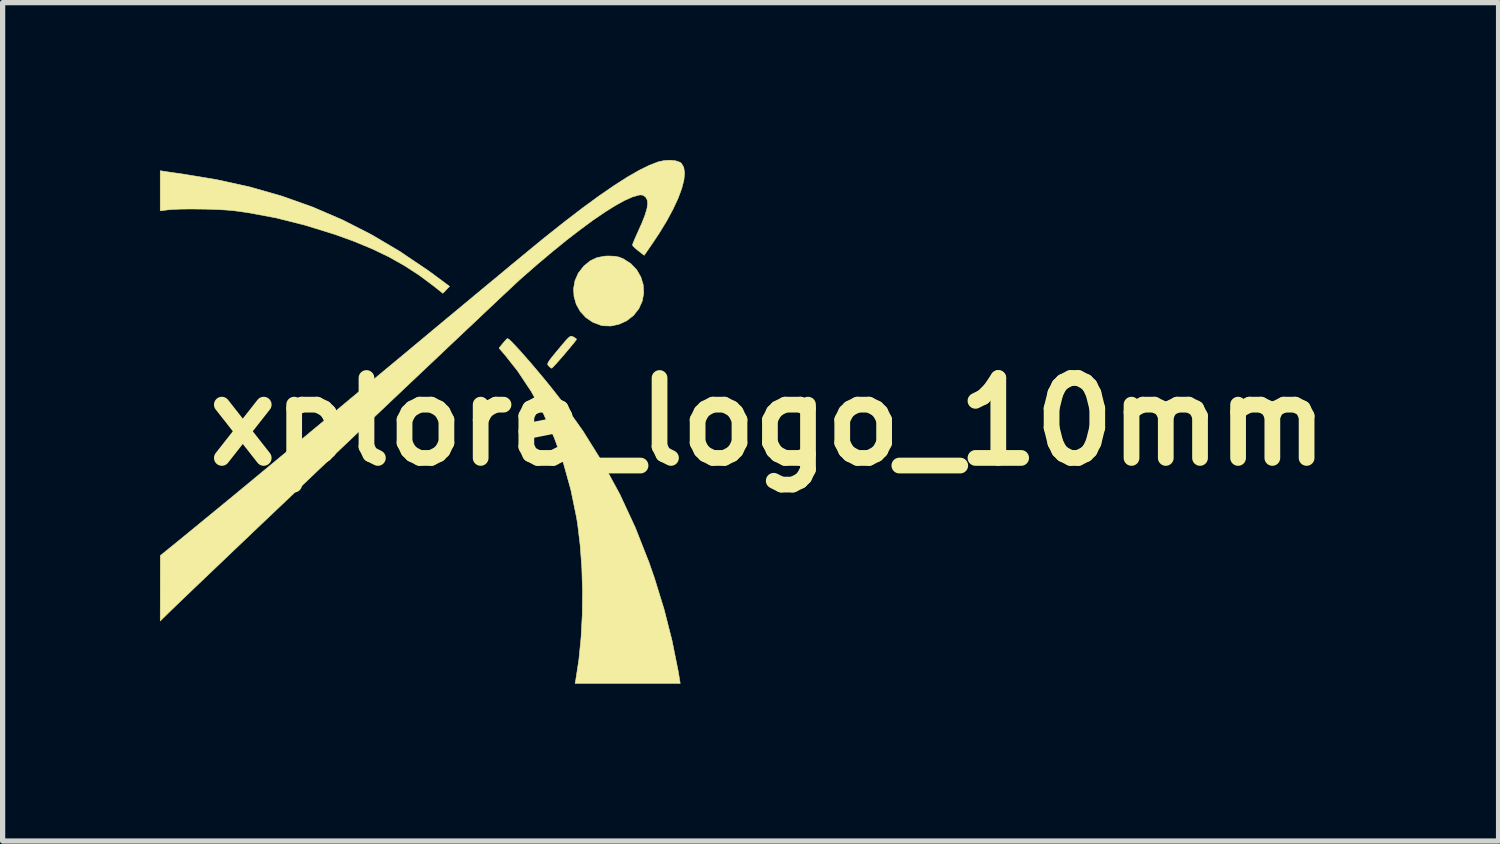
<source format=kicad_pcb>
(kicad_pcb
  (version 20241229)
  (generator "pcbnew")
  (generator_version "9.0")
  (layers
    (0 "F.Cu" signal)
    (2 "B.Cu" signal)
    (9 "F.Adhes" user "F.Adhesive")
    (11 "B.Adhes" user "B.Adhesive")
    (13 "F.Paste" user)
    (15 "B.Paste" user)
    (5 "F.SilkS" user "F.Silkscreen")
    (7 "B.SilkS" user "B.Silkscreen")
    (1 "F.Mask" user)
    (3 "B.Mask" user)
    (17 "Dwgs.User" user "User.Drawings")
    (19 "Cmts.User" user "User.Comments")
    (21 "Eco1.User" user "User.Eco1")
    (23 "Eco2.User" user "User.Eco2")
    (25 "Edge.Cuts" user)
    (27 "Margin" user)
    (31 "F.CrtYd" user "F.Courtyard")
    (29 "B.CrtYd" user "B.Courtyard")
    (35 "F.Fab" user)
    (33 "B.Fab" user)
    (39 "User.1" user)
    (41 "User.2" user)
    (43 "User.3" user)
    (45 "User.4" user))
  (footprint "xplore_logo_10mm"
    (layer "F.Cu")
    (at 11.594 4.992)
    (property "Reference" "xplore_logo_10mm" (at 0 0 0) (layer "F.SilkS") (effects (font (size 1.524 1.524) (thickness 0.3))))
    (attr through_hole)
    (fp_poly (pts (xy -3.732 -1.627) (xy -3.712 -1.618) (xy -3.669 -1.592) (xy -3.651 -1.574) (xy -3.651 -1.574) (xy -3.665 -1.552) (xy -3.703 -1.503) (xy -3.759 -1.435) (xy -3.826 -1.355) (xy -3.898 -1.27) (xy -3.97 -1.187) (xy -4.034 -1.114) (xy -4.086 -1.058) (xy -4.118 -1.026) (xy -4.125 -1.021) (xy -4.152 -1.036) (xy -4.183 -1.065) (xy -4.197 -1.083) (xy -4.202 -1.103) (xy -4.193 -1.129) (xy -4.168 -1.169) (xy -4.123 -1.228) (xy -4.054 -1.312) (xy -3.998 -1.38) (xy -3.913 -1.482) (xy -3.851 -1.554) (xy -3.807 -1.6) (xy -3.776 -1.624) (xy -3.753 -1.632) (xy -3.732 -1.627)) (stroke (width 0.01) (type solid)) (fill yes) (layer "F.SilkS"))
    (fp_poly (pts (xy -2.926 -3.156) (xy -2.84 -3.14) (xy -2.763 -3.109) (xy -2.618 -3.017) (xy -2.505 -2.899) (xy -2.426 -2.762) (xy -2.38 -2.613) (xy -2.37 -2.458) (xy -2.397 -2.305) (xy -2.462 -2.158) (xy -2.566 -2.026) (xy -2.57 -2.023) (xy -2.697 -1.925) (xy -2.843 -1.859) (xy -2.996 -1.826) (xy -3.146 -1.831) (xy -3.181 -1.838) (xy -3.341 -1.898) (xy -3.475 -1.989) (xy -3.581 -2.105) (xy -3.656 -2.239) (xy -3.699 -2.386) (xy -3.708 -2.538) (xy -3.681 -2.69) (xy -3.617 -2.835) (xy -3.513 -2.968) (xy -3.513 -2.968) (xy -3.39 -3.069) (xy -3.258 -3.131) (xy -3.106 -3.159) (xy -3.039 -3.161) (xy -2.926 -3.156)) (stroke (width 0.01) (type solid)) (fill yes) (layer "F.SilkS"))
    (fp_poly (pts (xy -11.515 -4.775) (xy -11.463 -4.767) (xy -11.378 -4.755) (xy -11.274 -4.74) (xy -11.181 -4.727) (xy -10.514 -4.617) (xy -9.879 -4.477) (xy -9.27 -4.303) (xy -8.684 -4.095) (xy -8.117 -3.851) (xy -7.565 -3.57) (xy -7.024 -3.25) (xy -6.49 -2.89) (xy -6.33 -2.773) (xy -6.073 -2.582) (xy -6.136 -2.516) (xy -6.176 -2.474) (xy -6.199 -2.452) (xy -6.201 -2.45) (xy -6.218 -2.464) (xy -6.263 -2.5) (xy -6.328 -2.551) (xy -6.373 -2.587) (xy -6.647 -2.792) (xy -6.93 -2.976) (xy -7.229 -3.144) (xy -7.552 -3.299) (xy -7.906 -3.445) (xy -8.255 -3.571) (xy -8.829 -3.749) (xy -9.386 -3.889) (xy -9.924 -3.989) (xy -10.194 -4.026) (xy -10.325 -4.037) (xy -10.484 -4.046) (xy -10.661 -4.053) (xy -10.845 -4.056) (xy -11.027 -4.057) (xy -11.196 -4.055) (xy -11.341 -4.049) (xy -11.451 -4.04) (xy -11.458 -4.039) (xy -11.589 -4.023) (xy -11.589 -4.787) (xy -11.515 -4.775)) (stroke (width 0.01) (type solid)) (fill yes) (layer "F.SilkS"))
    (fp_poly (pts (xy -4.939 -1.571) (xy -4.888 -1.523) (xy -4.816 -1.448) (xy -4.727 -1.352) (xy -4.626 -1.237) (xy -4.515 -1.11) (xy -4.4 -0.974) (xy -4.282 -0.834) (xy -4.168 -0.694) (xy -4.06 -0.558) (xy -3.962 -0.432) (xy -3.935 -0.397) (xy -3.525 0.182) (xy -3.156 0.774) (xy -2.825 1.384) (xy -2.531 2.017) (xy -2.271 2.677) (xy -2.165 2.982) (xy -1.982 3.576) (xy -1.831 4.169) (xy -1.714 4.749) (xy -1.69 4.893) (xy -1.674 4.989) (xy -3.679 4.989) (xy -3.665 4.916) (xy -3.606 4.531) (xy -3.565 4.116) (xy -3.542 3.681) (xy -3.537 3.236) (xy -3.55 2.793) (xy -3.581 2.363) (xy -3.63 1.955) (xy -3.651 1.825) (xy -3.76 1.296) (xy -3.901 0.789) (xy -4.075 0.306) (xy -4.28 -0.15) (xy -4.514 -0.577) (xy -4.777 -0.972) (xy -5.017 -1.275) (xy -5.129 -1.405) (xy -5.055 -1.496) (xy -5.011 -1.548) (xy -4.977 -1.581) (xy -4.966 -1.587) (xy -4.939 -1.571)) (stroke (width 0.01) (type solid)) (fill yes) (layer "F.SilkS"))
    (fp_poly (pts (xy -1.761 -4.976) (xy -1.68 -4.948) (xy -1.652 -4.928) (xy -1.607 -4.851) (xy -1.591 -4.743) (xy -1.604 -4.608) (xy -1.646 -4.447) (xy -1.714 -4.263) (xy -1.809 -4.059) (xy -1.928 -3.837) (xy -2.072 -3.6) (xy -2.216 -3.384) (xy -2.361 -3.174) (xy -2.472 -3.26) (xy -2.531 -3.308) (xy -2.572 -3.349) (xy -2.584 -3.37) (xy -2.576 -3.4) (xy -2.551 -3.461) (xy -2.515 -3.543) (xy -2.485 -3.611) (xy -2.402 -3.795) (xy -2.344 -3.945) (xy -2.308 -4.065) (xy -2.295 -4.158) (xy -2.303 -4.229) (xy -2.331 -4.281) (xy -2.338 -4.288) (xy -2.383 -4.32) (xy -2.437 -4.326) (xy -2.468 -4.321) (xy -2.588 -4.286) (xy -2.736 -4.22) (xy -2.912 -4.123) (xy -3.111 -3.998) (xy -3.334 -3.846) (xy -3.576 -3.668) (xy -3.837 -3.467) (xy -4.114 -3.242) (xy -4.405 -2.997) (xy -4.706 -2.734) (xy -4.752 -2.692) (xy -4.829 -2.621) (xy -4.934 -2.522) (xy -5.067 -2.398) (xy -5.224 -2.25) (xy -5.404 -2.08) (xy -5.604 -1.891) (xy -5.824 -1.684) (xy -6.06 -1.461) (xy -6.31 -1.224) (xy -6.574 -0.975) (xy -6.848 -0.716) (xy -7.13 -0.449) (xy -7.419 -0.175) (xy -7.713 0.103) (xy -8.009 0.384) (xy -8.305 0.665) (xy -8.6 0.945) (xy -8.891 1.222) (xy -9.177 1.493) (xy -9.455 1.757) (xy -9.724 2.012) (xy -9.981 2.257) (xy -10.224 2.488) (xy -10.451 2.705) (xy -10.661 2.905) (xy -10.851 3.086) (xy -11.019 3.247) (xy -11.164 3.385) (xy -11.282 3.499) (xy -11.373 3.587) (xy -11.413 3.626) (xy -11.589 3.798) (xy -11.588 3.174) (xy -11.587 2.551) (xy -11.264 2.289) (xy -11.013 2.084) (xy -10.744 1.863) (xy -10.455 1.626) (xy -10.146 1.372) (xy -9.815 1.098) (xy -9.46 0.804) (xy -9.079 0.489) (xy -8.67 0.15) (xy -8.233 -0.213) (xy -7.765 -0.603) (xy -7.266 -1.019) (xy -6.962 -1.271) (xy -6.673 -1.512) (xy -6.389 -1.749) (xy -6.11 -1.981) (xy -5.841 -2.204) (xy -5.584 -2.418) (xy -5.341 -2.62) (xy -5.114 -2.807) (xy -4.908 -2.979) (xy -4.722 -3.132) (xy -4.562 -3.264) (xy -4.428 -3.374) (xy -4.324 -3.46) (xy -4.252 -3.518) (xy -4.247 -3.522) (xy -3.875 -3.817) (xy -3.533 -4.079) (xy -3.221 -4.307) (xy -2.938 -4.502) (xy -2.685 -4.664) (xy -2.461 -4.793) (xy -2.267 -4.889) (xy -2.101 -4.953) (xy -2.1 -4.954) (xy -1.983 -4.98) (xy -1.865 -4.987) (xy -1.761 -4.976)) (stroke (width 0.01) (type solid)) (fill yes) (layer "F.SilkS")))
  (gr_rect
    (start -3 -3)
    (end 25.523 12.986)
    (stroke (width 0.1) (type default))
    (fill no)
    (layer "Edge.Cuts")))
</source>
